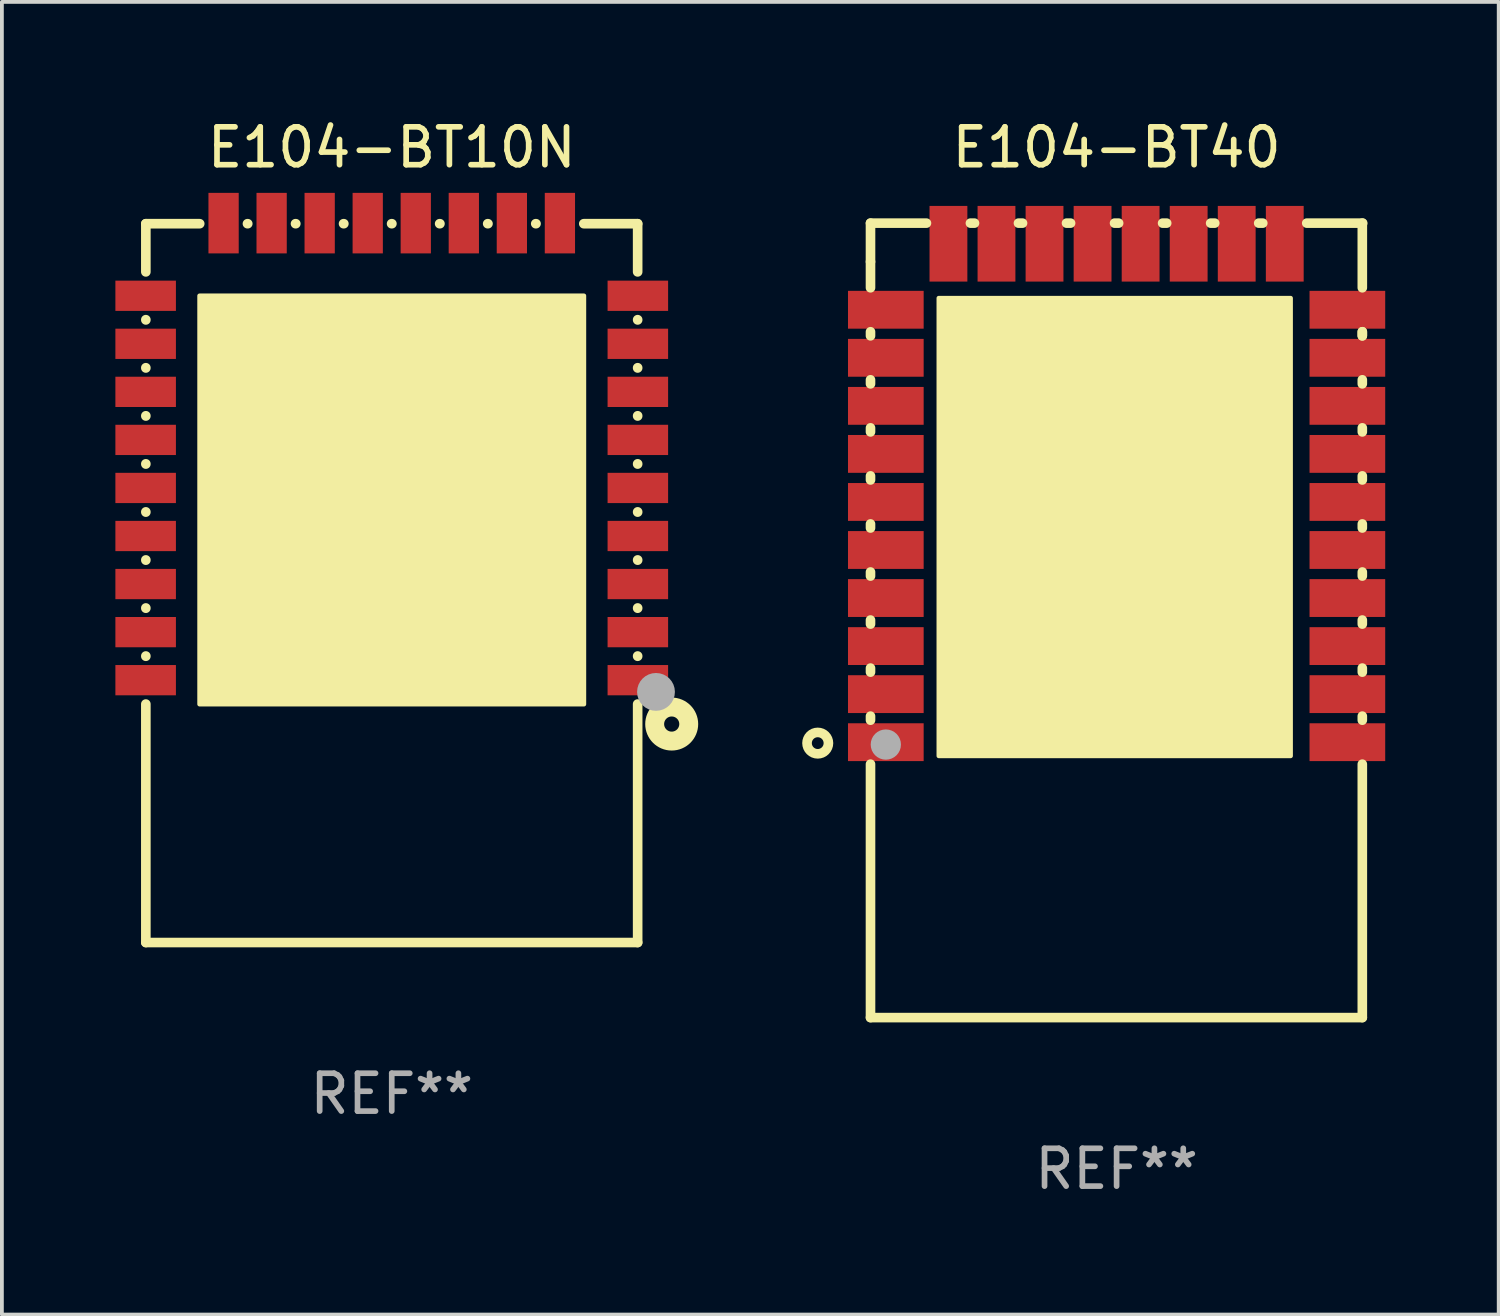
<source format=kicad_pcb>
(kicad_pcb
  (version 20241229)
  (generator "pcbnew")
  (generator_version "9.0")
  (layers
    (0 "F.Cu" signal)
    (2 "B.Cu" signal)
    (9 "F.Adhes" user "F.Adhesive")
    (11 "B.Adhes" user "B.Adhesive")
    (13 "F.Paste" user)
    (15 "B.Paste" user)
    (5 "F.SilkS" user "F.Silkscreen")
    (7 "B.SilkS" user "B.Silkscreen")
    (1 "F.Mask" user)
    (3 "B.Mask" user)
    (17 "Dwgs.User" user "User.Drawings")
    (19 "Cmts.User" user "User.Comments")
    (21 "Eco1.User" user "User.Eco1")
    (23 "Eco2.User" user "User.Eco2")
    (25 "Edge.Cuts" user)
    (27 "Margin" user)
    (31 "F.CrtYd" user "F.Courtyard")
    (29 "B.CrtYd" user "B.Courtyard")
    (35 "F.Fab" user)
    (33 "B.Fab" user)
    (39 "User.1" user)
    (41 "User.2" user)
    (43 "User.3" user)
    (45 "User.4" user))
  (footprint "E104-BT10N"
    (layer "F.Cu")
    (at 7.305 12.356)
    (property "Reference" "E104-BT10N" (at 0 -11.508 0) (layer "F.SilkS") (effects (font (size 1 1) (thickness 0.15))))
    (attr through_hole)
    (fp_line (start -6.5 -9.493) (end -6.5 -8.219) (stroke (width 0.254) (type solid)) (layer "F.SilkS"))
    (fp_line (start -6.5 -9.493) (end -5.076 -9.493) (stroke (width 0.254) (type solid)) (layer "F.SilkS"))
    (fp_line (start -6.5 -6.956) (end -6.5 -6.949) (stroke (width 0.254) (type solid)) (layer "F.SilkS"))
    (fp_line (start -6.5 -5.686) (end -6.5 -5.679) (stroke (width 0.254) (type solid)) (layer "F.SilkS"))
    (fp_line (start -6.5 -4.416) (end -6.5 -4.409) (stroke (width 0.254) (type solid)) (layer "F.SilkS"))
    (fp_line (start -6.5 -3.146) (end -6.5 -3.139) (stroke (width 0.254) (type solid)) (layer "F.SilkS"))
    (fp_line (start -6.5 -1.876) (end -6.5 -1.869) (stroke (width 0.254) (type solid)) (layer "F.SilkS"))
    (fp_line (start -6.5 -0.606) (end -6.5 -0.599) (stroke (width 0.254) (type solid)) (layer "F.SilkS"))
    (fp_line (start -6.5 0.664) (end -6.5 0.671) (stroke (width 0.254) (type solid)) (layer "F.SilkS"))
    (fp_line (start -6.5 1.934) (end -6.5 1.941) (stroke (width 0.254) (type solid)) (layer "F.SilkS"))
    (fp_line (start -6.5 3.204) (end -6.5 9.508) (stroke (width 0.254) (type solid)) (layer "F.SilkS"))
    (fp_line (start -6.5 9.508) (end 6.5 9.508) (stroke (width 0.254) (type solid)) (layer "F.SilkS"))
    (fp_line (start -3.814 -9.493) (end -3.806 -9.493) (stroke (width 0.254) (type solid)) (layer "F.SilkS"))
    (fp_line (start -2.544 -9.493) (end -2.536 -9.493) (stroke (width 0.254) (type solid)) (layer "F.SilkS"))
    (fp_line (start -1.274 -9.493) (end -1.266 -9.493) (stroke (width 0.254) (type solid)) (layer "F.SilkS"))
    (fp_line (start -0.004 -9.493) (end 0.004 -9.493) (stroke (width 0.254) (type solid)) (layer "F.SilkS"))
    (fp_line (start 1.266 -9.493) (end 1.274 -9.493) (stroke (width 0.254) (type solid)) (layer "F.SilkS"))
    (fp_line (start 2.536 -9.493) (end 2.544 -9.493) (stroke (width 0.254) (type solid)) (layer "F.SilkS"))
    (fp_line (start 3.806 -9.493) (end 3.814 -9.493) (stroke (width 0.254) (type solid)) (layer "F.SilkS"))
    (fp_line (start 5.076 -9.493) (end 6.5 -9.493) (stroke (width 0.254) (type solid)) (layer "F.SilkS"))
    (fp_line (start 6.5 -8.219) (end 6.5 -9.493) (stroke (width 0.254) (type solid)) (layer "F.SilkS"))
    (fp_line (start 6.5 -6.949) (end 6.5 -6.956) (stroke (width 0.254) (type solid)) (layer "F.SilkS"))
    (fp_line (start 6.5 -5.679) (end 6.5 -5.686) (stroke (width 0.254) (type solid)) (layer "F.SilkS"))
    (fp_line (start 6.5 -4.409) (end 6.5 -4.416) (stroke (width 0.254) (type solid)) (layer "F.SilkS"))
    (fp_line (start 6.5 -3.139) (end 6.5 -3.146) (stroke (width 0.254) (type solid)) (layer "F.SilkS"))
    (fp_line (start 6.5 -1.869) (end 6.5 -1.876) (stroke (width 0.254) (type solid)) (layer "F.SilkS"))
    (fp_line (start 6.5 -0.599) (end 6.5 -0.606) (stroke (width 0.254) (type solid)) (layer "F.SilkS"))
    (fp_line (start 6.5 0.671) (end 6.5 0.664) (stroke (width 0.254) (type solid)) (layer "F.SilkS"))
    (fp_line (start 6.5 1.941) (end 6.5 1.934) (stroke (width 0.254) (type solid)) (layer "F.SilkS"))
    (fp_line (start 6.5 9.508) (end 6.5 3.204) (stroke (width 0.254) (type solid)) (layer "F.SilkS"))
    (fp_circle (center 6.5 9.508) (end 6.53 9.508) (stroke (width 0.06) (type solid)) (fill no) (layer "F.SilkS"))
    (fp_circle (center 7.4 3.733) (end 7.6 3.733) (stroke (width 0.5) (type solid)) (fill no) (layer "F.SilkS"))
    (fp_poly (pts (xy -5.08 -7.588) (xy 5.08 -7.588) (xy 5.08 3.208) (xy -5.08 3.208)) (stroke (width 0.12) (type solid)) (fill yes) (layer "F.SilkS"))
    (fp_circle (center 6.985 2.883) (end 7.235 2.883) (stroke (width 0.5) (type solid)) (fill no) (layer "F.Fab"))
    (fp_text user "REF**" (at 0 13.508 0) (layer "F.Fab") (effects (font (size 1 1) (thickness 0.15))))
    (pad "1" smd rect (at 6.505 2.573) (size 1.6 0.8) (layers "F.Cu" "F.Mask" "F.Paste"))
    (pad "2" smd rect (at 6.505 1.303) (size 1.6 0.8) (layers "F.Cu" "F.Mask" "F.Paste"))
    (pad "3" smd rect (at 6.505 0.032) (size 1.6 0.8) (layers "F.Cu" "F.Mask" "F.Paste"))
    (pad "4" smd rect (at 6.505 -1.238) (size 1.6 0.8) (layers "F.Cu" "F.Mask" "F.Paste"))
    (pad "5" smd rect (at 6.505 -2.508) (size 1.6 0.8) (layers "F.Cu" "F.Mask" "F.Paste"))
    (pad "6" smd rect (at 6.505 -3.778) (size 1.6 0.8) (layers "F.Cu" "F.Mask" "F.Paste"))
    (pad "7" smd rect (at 6.505 -5.048) (size 1.6 0.8) (layers "F.Cu" "F.Mask" "F.Paste"))
    (pad "8" smd rect (at 6.505 -6.318) (size 1.6 0.8) (layers "F.Cu" "F.Mask" "F.Paste"))
    (pad "9" smd rect (at 6.505 -7.588) (size 1.6 0.8) (layers "F.Cu" "F.Mask" "F.Paste"))
    (pad "10" smd rect (at 4.445 -9.508 90) (size 1.6 0.8) (layers "F.Cu" "F.Mask" "F.Paste"))
    (pad "11" smd rect (at 3.175 -9.508 90) (size 1.6 0.8) (layers "F.Cu" "F.Mask" "F.Paste"))
    (pad "12" smd rect (at 1.905 -9.508 90) (size 1.6 0.8) (layers "F.Cu" "F.Mask" "F.Paste"))
    (pad "13" smd rect (at 0.635 -9.508 90) (size 1.6 0.8) (layers "F.Cu" "F.Mask" "F.Paste"))
    (pad "14" smd rect (at -0.635 -9.508 90) (size 1.6 0.8) (layers "F.Cu" "F.Mask" "F.Paste"))
    (pad "15" smd rect (at -1.905 -9.508 90) (size 1.6 0.8) (layers "F.Cu" "F.Mask" "F.Paste"))
    (pad "16" smd rect (at -3.175 -9.508 90) (size 1.6 0.8) (layers "F.Cu" "F.Mask" "F.Paste"))
    (pad "17" smd rect (at -4.445 -9.508 90) (size 1.6 0.8) (layers "F.Cu" "F.Mask" "F.Paste"))
    (pad "18" smd rect (at -6.505 -7.588 180) (size 1.6 0.8) (layers "F.Cu" "F.Mask" "F.Paste"))
    (pad "19" smd rect (at -6.505 -6.318 180) (size 1.6 0.8) (layers "F.Cu" "F.Mask" "F.Paste"))
    (pad "20" smd rect (at -6.505 -5.048 180) (size 1.6 0.8) (layers "F.Cu" "F.Mask" "F.Paste"))
    (pad "21" smd rect (at -6.505 -3.778 180) (size 1.6 0.8) (layers "F.Cu" "F.Mask" "F.Paste"))
    (pad "22" smd rect (at -6.505 -2.508 180) (size 1.6 0.8) (layers "F.Cu" "F.Mask" "F.Paste"))
    (pad "23" smd rect (at -6.505 -1.238 180) (size 1.6 0.8) (layers "F.Cu" "F.Mask" "F.Paste"))
    (pad "24" smd rect (at -6.505 0.032 180) (size 1.6 0.8) (layers "F.Cu" "F.Mask" "F.Paste"))
    (pad "25" smd rect (at -6.505 1.303 180) (size 1.6 0.8) (layers "F.Cu" "F.Mask" "F.Paste"))
    (pad "26" smd rect (at -6.505 2.573 180) (size 1.6 0.8) (layers "F.Cu" "F.Mask" "F.Paste")))
  (footprint "E104-BT40"
    (layer "F.Cu")
    (at 26.465 13.348)
    (property "Reference" "E104-BT40" (at 0 -12.5 0) (layer "F.SilkS") (effects (font (size 1 1) (thickness 0.15))))
    (attr through_hole)
    (fp_line (start -6.505 -10.5) (end -6.505 -9.48) (stroke (width 0.254) (type solid)) (layer "F.SilkS"))
    (fp_line (start -6.505 -10.5) (end -5.026 -10.5) (stroke (width 0.254) (type solid)) (layer "F.SilkS"))
    (fp_line (start -6.505 -9.48) (end -6.505 -8.791) (stroke (width 0.254) (type solid)) (layer "F.SilkS"))
    (fp_line (start -6.505 -7.629) (end -6.505 -7.521) (stroke (width 0.254) (type solid)) (layer "F.SilkS"))
    (fp_line (start -6.505 -6.359) (end -6.505 -6.251) (stroke (width 0.254) (type solid)) (layer "F.SilkS"))
    (fp_line (start -6.505 -5.089) (end -6.505 -4.981) (stroke (width 0.254) (type solid)) (layer "F.SilkS"))
    (fp_line (start -6.505 -3.819) (end -6.505 -3.711) (stroke (width 0.254) (type solid)) (layer "F.SilkS"))
    (fp_line (start -6.505 -2.549) (end -6.505 -2.441) (stroke (width 0.254) (type solid)) (layer "F.SilkS"))
    (fp_line (start -6.505 -1.279) (end -6.505 -1.171) (stroke (width 0.254) (type solid)) (layer "F.SilkS"))
    (fp_line (start -6.505 -0.009) (end -6.505 0.099) (stroke (width 0.254) (type solid)) (layer "F.SilkS"))
    (fp_line (start -6.505 1.261) (end -6.505 1.369) (stroke (width 0.254) (type solid)) (layer "F.SilkS"))
    (fp_line (start -6.505 2.531) (end -6.505 2.639) (stroke (width 0.254) (type solid)) (layer "F.SilkS"))
    (fp_line (start -6.505 3.801) (end -6.505 10.5) (stroke (width 0.254) (type solid)) (layer "F.SilkS"))
    (fp_line (start -6.505 10.5) (end 6.495 10.5) (stroke (width 0.254) (type solid)) (layer "F.SilkS"))
    (fp_line (start -3.864 -10.5) (end -3.756 -10.5) (stroke (width 0.254) (type solid)) (layer "F.SilkS"))
    (fp_line (start -2.594 -10.5) (end -2.486 -10.5) (stroke (width 0.254) (type solid)) (layer "F.SilkS"))
    (fp_line (start -1.324 -10.5) (end -1.216 -10.5) (stroke (width 0.254) (type solid)) (layer "F.SilkS"))
    (fp_line (start -0.054 -10.5) (end 0.054 -10.5) (stroke (width 0.254) (type solid)) (layer "F.SilkS"))
    (fp_line (start 1.216 -10.5) (end 1.324 -10.5) (stroke (width 0.254) (type solid)) (layer "F.SilkS"))
    (fp_line (start 2.486 -10.5) (end 2.594 -10.5) (stroke (width 0.254) (type solid)) (layer "F.SilkS"))
    (fp_line (start 3.756 -10.5) (end 3.864 -10.5) (stroke (width 0.254) (type solid)) (layer "F.SilkS"))
    (fp_line (start 5.026 -10.5) (end 6.505 -10.5) (stroke (width 0.254) (type solid)) (layer "F.SilkS"))
    (fp_line (start 6.495 -8.791) (end 6.495 -10.5) (stroke (width 0.254) (type solid)) (layer "F.SilkS"))
    (fp_line (start 6.495 -7.521) (end 6.495 -7.629) (stroke (width 0.254) (type solid)) (layer "F.SilkS"))
    (fp_line (start 6.495 -7.521) (end 6.495 -7.629) (stroke (width 0.254) (type solid)) (layer "F.SilkS"))
    (fp_line (start 6.495 -6.251) (end 6.495 -6.359) (stroke (width 0.254) (type solid)) (layer "F.SilkS"))
    (fp_line (start 6.495 -4.981) (end 6.495 -5.089) (stroke (width 0.254) (type solid)) (layer "F.SilkS"))
    (fp_line (start 6.495 -3.711) (end 6.495 -3.819) (stroke (width 0.254) (type solid)) (layer "F.SilkS"))
    (fp_line (start 6.495 -2.441) (end 6.495 -2.549) (stroke (width 0.254) (type solid)) (layer "F.SilkS"))
    (fp_line (start 6.495 -1.171) (end 6.495 -1.279) (stroke (width 0.254) (type solid)) (layer "F.SilkS"))
    (fp_line (start 6.495 0.099) (end 6.495 -0.009) (stroke (width 0.254) (type solid)) (layer "F.SilkS"))
    (fp_line (start 6.495 1.369) (end 6.495 1.261) (stroke (width 0.254) (type solid)) (layer "F.SilkS"))
    (fp_line (start 6.495 2.639) (end 6.495 2.531) (stroke (width 0.254) (type solid)) (layer "F.SilkS"))
    (fp_line (start 6.495 10.5) (end 6.495 3.801) (stroke (width 0.254) (type solid)) (layer "F.SilkS"))
    (fp_circle (center -7.9 3.245) (end -7.617 3.245) (stroke (width 0.254) (type solid)) (fill no) (layer "F.SilkS"))
    (fp_circle (center -6.5 10.501) (end -6.47 10.501) (stroke (width 0.06) (type solid)) (fill no) (layer "F.SilkS"))
    (fp_poly (pts (xy -4.7 -8.518) (xy 4.6 -8.518) (xy 4.6 3.583) (xy -4.7 3.583)) (stroke (width 0.12) (type solid)) (fill yes) (layer "F.SilkS"))
    (fp_circle (center -6.1 3.283) (end -5.9 3.283) (stroke (width 0.4) (type solid)) (fill no) (layer "F.Fab"))
    (fp_text user "ANT" (at -2.8 8.182 0) (layer "B.Mask") (effects (font (size 1 1) (thickness 0.15))))
    (fp_text user "REF**" (at 0 14.5 0) (layer "F.Fab") (effects (font (size 1 1) (thickness 0.15))))
    (pad "1" smd rect (at -6.1 3.22 180) (size 2 1) (layers "F.Cu" "F.Mask" "F.Paste"))
    (pad "2" smd rect (at -6.1 1.95 180) (size 2 1) (layers "F.Cu" "F.Mask" "F.Paste"))
    (pad "3" smd rect (at -6.1 0.68 180) (size 2 1) (layers "F.Cu" "F.Mask" "F.Paste"))
    (pad "4" smd rect (at -6.1 -0.59 180) (size 2 1) (layers "F.Cu" "F.Mask" "F.Paste"))
    (pad "5" smd rect (at -6.1 -1.86 180) (size 2 1) (layers "F.Cu" "F.Mask" "F.Paste"))
    (pad "6" smd rect (at -6.1 -3.13 180) (size 2 1) (layers "F.Cu" "F.Mask" "F.Paste"))
    (pad "7" smd rect (at -6.1 -4.4 180) (size 2 1) (layers "F.Cu" "F.Mask" "F.Paste"))
    (pad "8" smd rect (at -6.1 -5.67 180) (size 2 1) (layers "F.Cu" "F.Mask" "F.Paste"))
    (pad "9" smd rect (at -6.1 -6.94 180) (size 2 1) (layers "F.Cu" "F.Mask" "F.Paste"))
    (pad "10" smd rect (at -6.1 -8.21 180) (size 2 1) (layers "F.Cu" "F.Mask" "F.Paste"))
    (pad "11" smd rect (at -4.445 -9.955 270) (size 2 1) (layers "F.Cu" "F.Mask" "F.Paste"))
    (pad "12" smd rect (at -3.175 -9.955 270) (size 2 1) (layers "F.Cu" "F.Mask" "F.Paste"))
    (pad "13" smd rect (at -1.905 -9.955 270) (size 2 1) (layers "F.Cu" "F.Mask" "F.Paste"))
    (pad "14" smd rect (at -0.635 -9.955 270) (size 2 1) (layers "F.Cu" "F.Mask" "F.Paste"))
    (pad "15" smd rect (at 0.635 -9.955 270) (size 2 1) (layers "F.Cu" "F.Mask" "F.Paste"))
    (pad "16" smd rect (at 1.905 -9.955 270) (size 2 1) (layers "F.Cu" "F.Mask" "F.Paste"))
    (pad "17" smd rect (at 3.175 -9.955 270) (size 2 1) (layers "F.Cu" "F.Mask" "F.Paste"))
    (pad "18" smd rect (at 4.445 -9.955 270) (size 2 1) (layers "F.Cu" "F.Mask" "F.Paste"))
    (pad "19" smd rect (at 6.1 -8.21) (size 2 1) (layers "F.Cu" "F.Mask" "F.Paste"))
    (pad "20" smd rect (at 6.1 -6.94) (size 2 1) (layers "F.Cu" "F.Mask" "F.Paste"))
    (pad "21" smd rect (at 6.1 -5.67) (size 2 1) (layers "F.Cu" "F.Mask" "F.Paste"))
    (pad "22" smd rect (at 6.1 -4.4) (size 2 1) (layers "F.Cu" "F.Mask" "F.Paste"))
    (pad "23" smd rect (at 6.1 -3.13) (size 2 1) (layers "F.Cu" "F.Mask" "F.Paste"))
    (pad "24" smd rect (at 6.1 -1.86) (size 2 1) (layers "F.Cu" "F.Mask" "F.Paste"))
    (pad "25" smd rect (at 6.1 -0.59) (size 2 1) (layers "F.Cu" "F.Mask" "F.Paste"))
    (pad "26" smd rect (at 6.1 0.68) (size 2 1) (layers "F.Cu" "F.Mask" "F.Paste"))
    (pad "27" smd rect (at 6.1 1.95) (size 2 1) (layers "F.Cu" "F.Mask" "F.Paste"))
    (pad "28" smd rect (at 6.1 3.22) (size 2 1) (layers "F.Cu" "F.Mask" "F.Paste")))
  (gr_rect
    (start -3 -3)
    (end 36.565 31.697)
    (stroke (width 0.1) (type default))
    (fill no)
    (layer "Edge.Cuts")))
</source>
